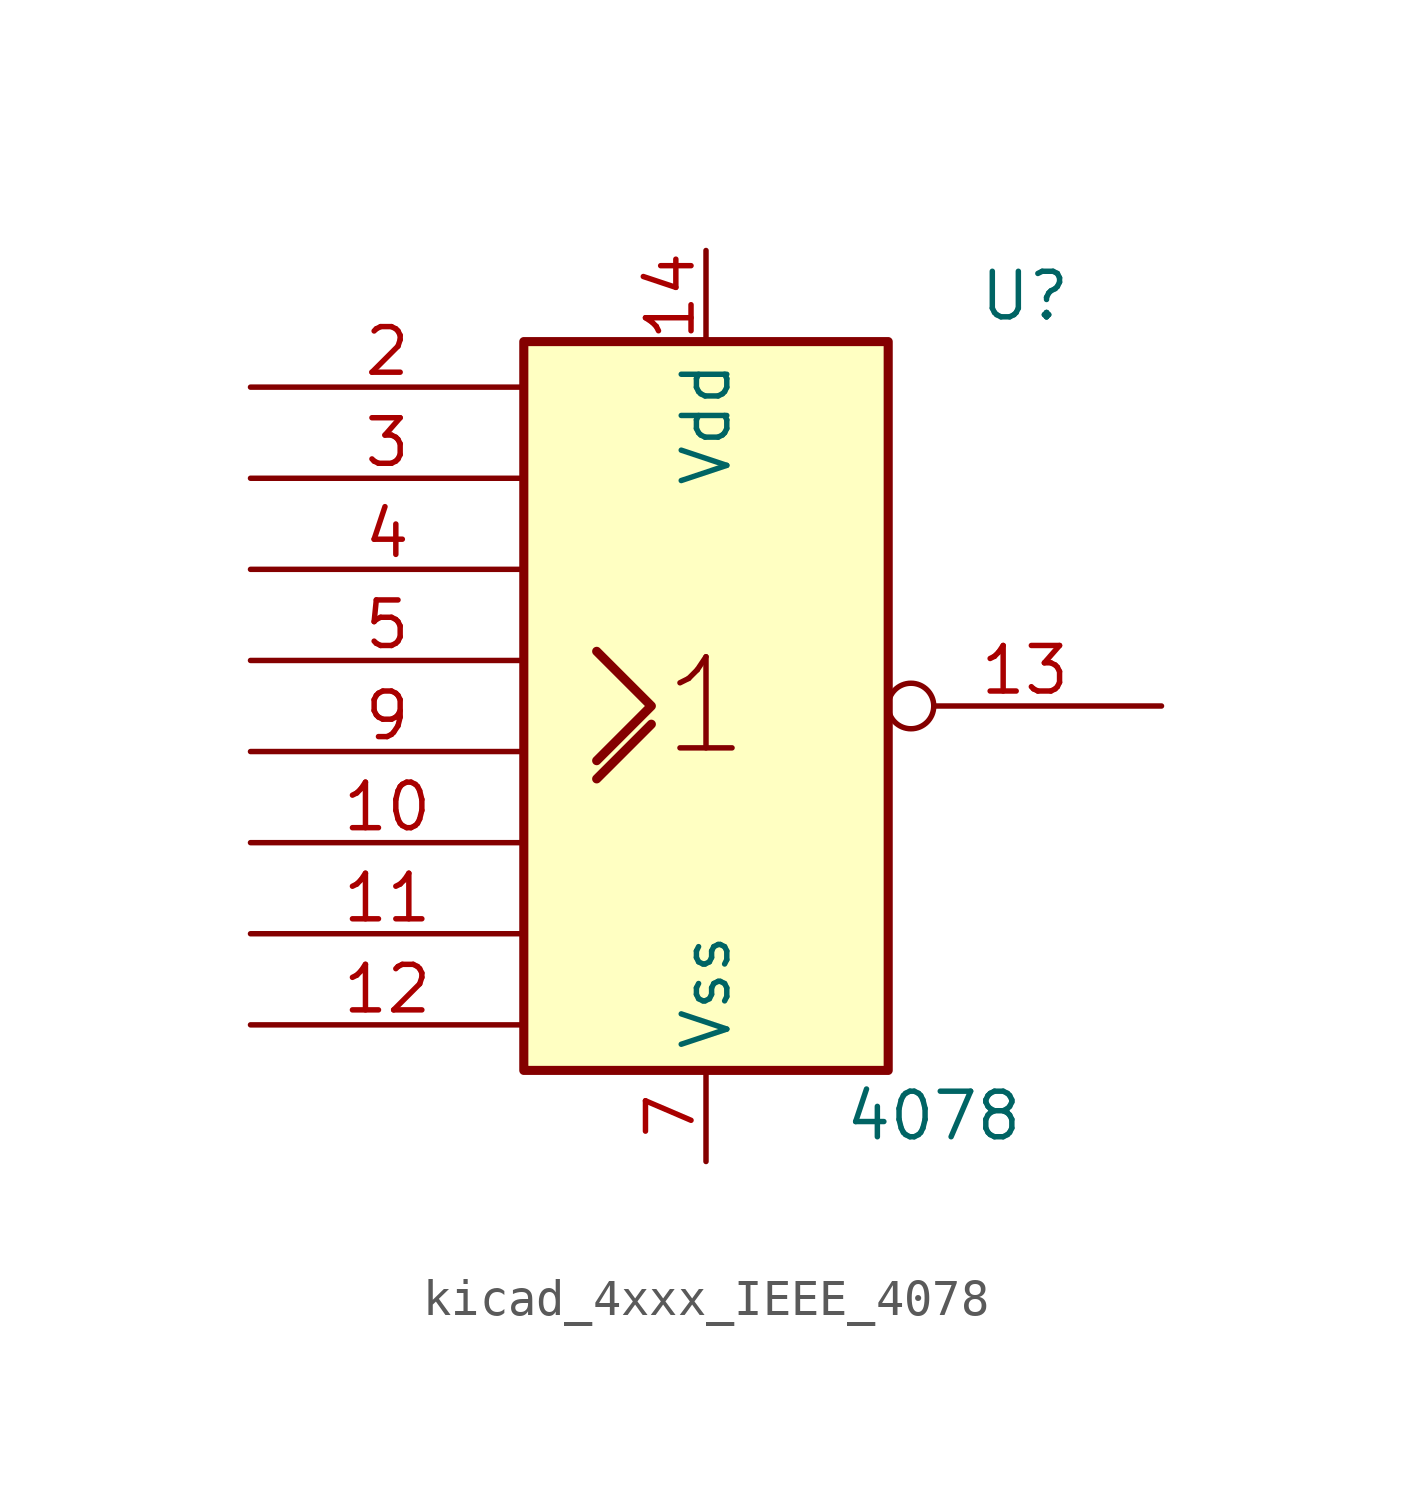
<source format=kicad_sym>
(kicad_symbol_lib
  (version 20220914)
  (generator kicad_symbol_editor)
  (symbol "kicad_4xxx_IEEE_4078"
    (property "Reference" "U"
      (at 8.89 11.43 0)
      (effects (font (size 1.27 1.27))))
    (property "Value" "4078"
      (at 6.35 -11.43 0)
      (effects (font (size 1.27 1.27))))
    (symbol "kicad_4xxx_IEEE_4078_0_0"
      (rectangle (start -5.08 10.16) (end 5.08 -10.16) (stroke (width 0.254) (type default)) (fill (type background)))
      (polyline (pts (xy -3.048 -2.032) (xy -1.524 -0.508) (xy -1.524 -0.508)) (stroke (width 0.254) (type default)) (fill (type background)))
      (polyline (pts (xy -3.048 1.524) (xy -1.524 0) (xy -3.048 -1.524) (xy -3.048 -1.524)) (stroke (width 0.254) (type default)) (fill (type background)))
      (text "1" (at 0 0 0) (effects (font (size 2.54 2.54))))
      (pin power_in line (at 0 12.7 270) (length 2.54) (name "Vdd" (effects (font (size 1.27 1.27)))) (number "14" (effects (font (size 1.27 1.27)))))
      (pin power_in line (at 0 -12.7 90) (length 2.54) (name "Vss" (effects (font (size 1.27 1.27)))) (number "7" (effects (font (size 1.27 1.27))))))
    (symbol "kicad_4xxx_IEEE_4078_1_1"
      (pin output line (at -12.7 -3.81 0) (length 7.62) (name "~" (effects (font (size 1.27 1.27)))) (number "10" (effects (font (size 1.27 1.27)))))
      (pin output line (at -12.7 -6.35 0) (length 7.62) (name "~" (effects (font (size 1.27 1.27)))) (number "11" (effects (font (size 1.27 1.27)))))
      (pin power_in line (at -12.7 -8.89 0) (length 7.62) (name "~" (effects (font (size 1.27 1.27)))) (number "12" (effects (font (size 1.27 1.27)))))
      (pin output inverted (at 12.7 0 180) (length 7.62) (name "~" (effects (font (size 1.27 1.27)))) (number "13" (effects (font (size 1.27 1.27)))))
      (pin input line (at -12.7 8.89 0) (length 7.62) (name "~" (effects (font (size 1.27 1.27)))) (number "2" (effects (font (size 1.27 1.27)))))
      (pin input line (at -12.7 6.35 0) (length 7.62) (name "~" (effects (font (size 1.27 1.27)))) (number "3" (effects (font (size 1.27 1.27)))))
      (pin input line (at -12.7 3.81 0) (length 7.62) (name "~" (effects (font (size 1.27 1.27)))) (number "4" (effects (font (size 1.27 1.27)))))
      (pin output line (at -12.7 1.27 0) (length 7.62) (name "~" (effects (font (size 1.27 1.27)))) (number "5" (effects (font (size 1.27 1.27)))))
      (pin output line (at -12.7 -1.27 0) (length 7.62) (name "~" (effects (font (size 1.27 1.27)))) (number "9" (effects (font (size 1.27 1.27))))))))
</source>
